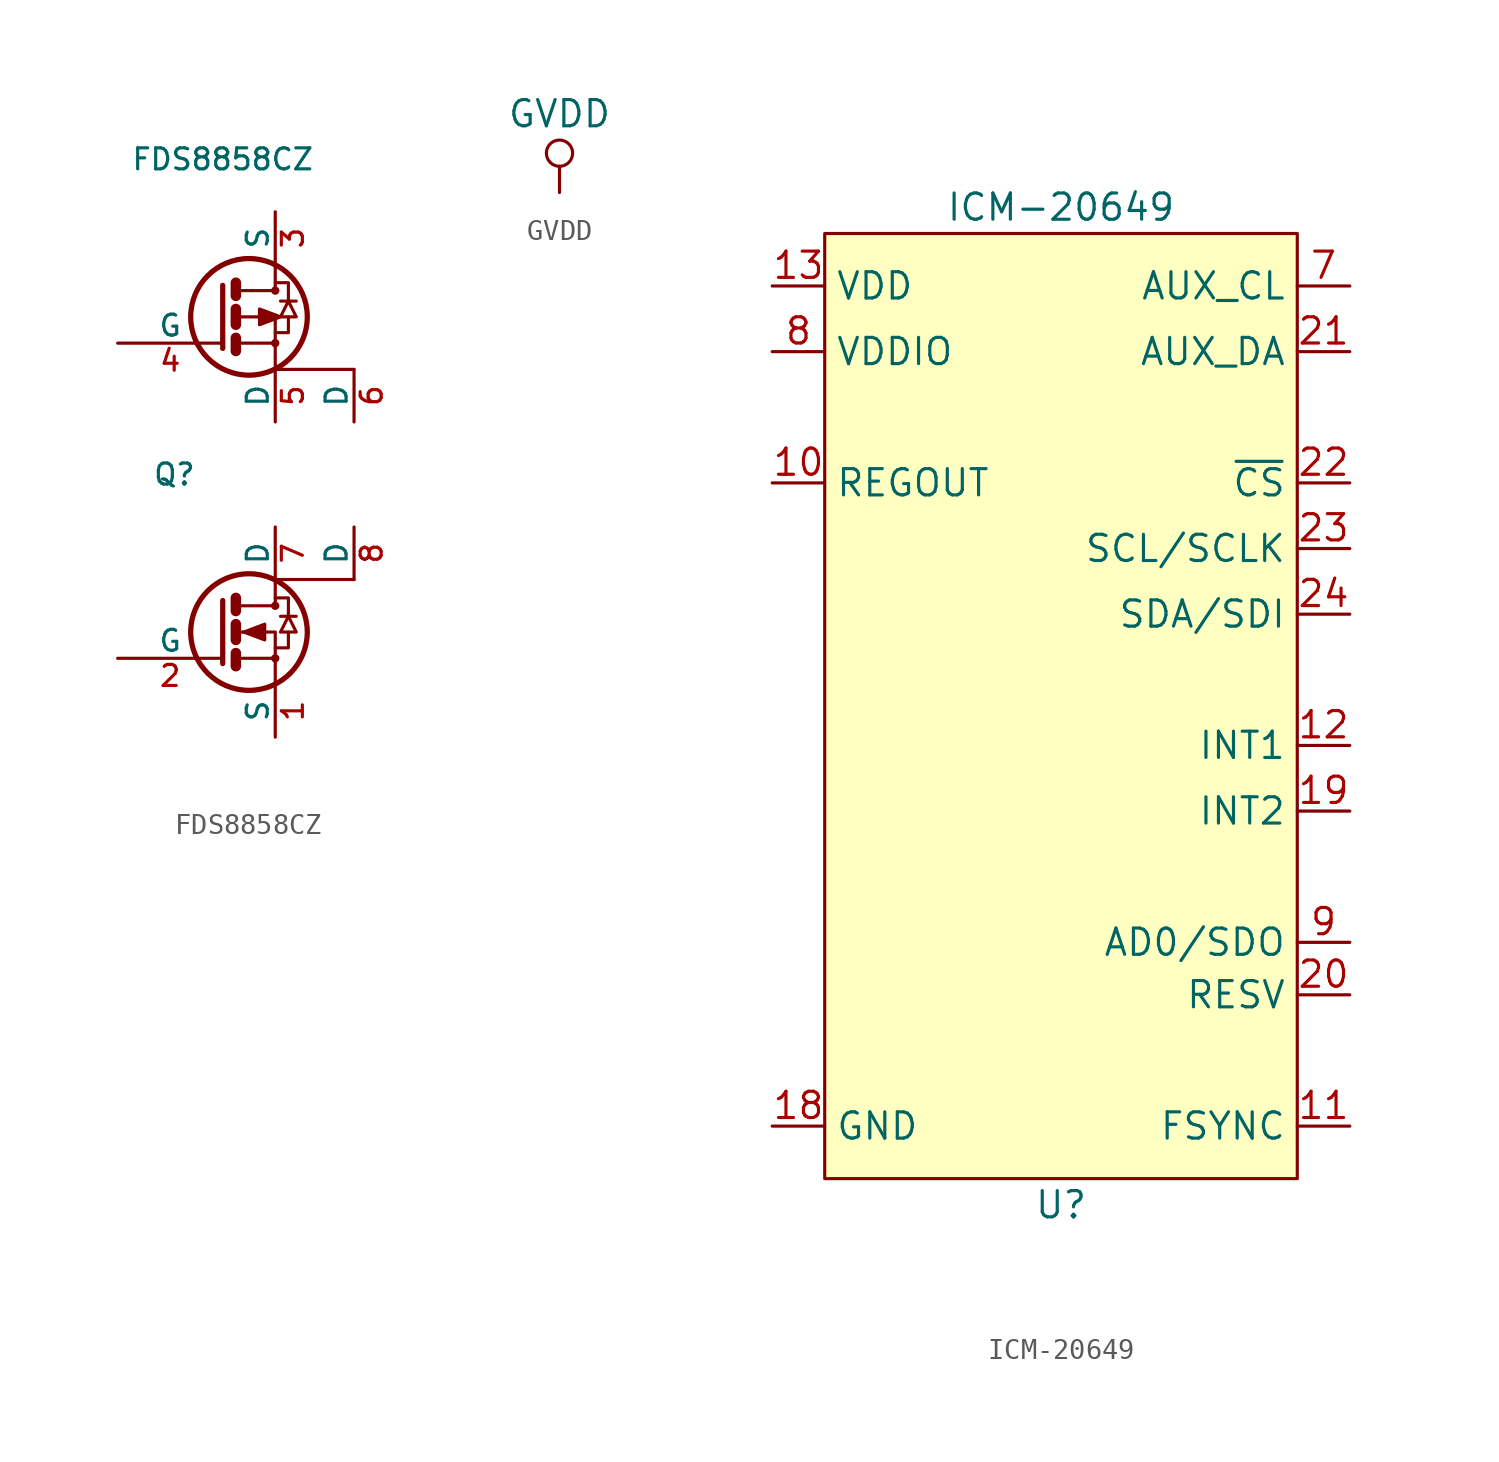
<source format=kicad_sym>
(kicad_symbol_lib
  (version 20211014)
  (generator kicad_symbol_editor)
  (symbol "FDS8858CZ"
    (pin_names
      (offset 0))
    (property "Reference" "Q"
      (at -1.27 0 0)
      (effects (font (size 1.016 1.016)) (justify right)))
    (property "Value" "FDS8858CZ"
      (at 0 15.24 0)
      (effects (font (size 1.016 1.016))))
    (property "Footprint" ""
      (at 7.62 -12.7 0)
      (effects (font (size 1.524 1.524))))
    (property "Datasheet" ""
      (at 7.62 -12.7 0)
      (effects (font (size 1.524 1.524))))
    (symbol "FDS8858CZ_0_1"
      (polyline (pts (xy 0.635 -8.636) (xy 0.635 -9.271)) (stroke (width 0.508) (type default) (color 0 0 0 0)) (fill (type none)))
      (polyline (pts (xy 0.635 -7.239) (xy 0.635 -8.001)) (stroke (width 0.508) (type default) (color 0 0 0 0)) (fill (type none)))
      (polyline (pts (xy 0.635 -5.969) (xy 0.635 -6.604)) (stroke (width 0.508) (type default) (color 0 0 0 0)) (fill (type none)))
      (polyline (pts (xy 0.635 6.604) (xy 0.635 5.969)) (stroke (width 0.508) (type default) (color 0 0 0 0)) (fill (type none)))
      (polyline (pts (xy 0.635 8.001) (xy 0.635 7.239)) (stroke (width 0.508) (type default) (color 0 0 0 0)) (fill (type none)))
      (polyline (pts (xy 0.635 9.271) (xy 0.635 8.636)) (stroke (width 0.508) (type default) (color 0 0 0 0)) (fill (type none)))
      (polyline (pts (xy 2.794 -6.858) (xy 3.556 -6.858)) (stroke (width 0) (type default) (color 0 0 0 0)) (fill (type none)))
      (polyline (pts (xy 2.794 8.382) (xy 3.556 8.382)) (stroke (width 0) (type default) (color 0 0 0 0)) (fill (type none)))
      (polyline (pts (xy 6.35 -5.08) (xy 2.54 -5.08)) (stroke (width 0) (type default) (color 0 0 0 0)) (fill (type none)))
      (polyline (pts (xy 6.35 5.08) (xy 2.54 5.08)) (stroke (width 0) (type default) (color 0 0 0 0)) (fill (type none)))
      (polyline (pts (xy 0 -6.096) (xy 0 -9.144) (xy 0 -9.144)) (stroke (width 0.254) (type default) (color 0 0 0 0)) (fill (type none)))
      (polyline (pts (xy 0 9.144) (xy 0 6.096) (xy 0 6.096)) (stroke (width 0.254) (type default) (color 0 0 0 0)) (fill (type none)))
      (polyline (pts (xy 2.54 -8.382) (xy 3.175 -8.382) (xy 3.175 -7.62)) (stroke (width 0) (type default) (color 0 0 0 0)) (fill (type none)))
      (polyline (pts (xy 2.54 6.858) (xy 3.175 6.858) (xy 3.175 7.62)) (stroke (width 0) (type default) (color 0 0 0 0)) (fill (type none)))
      (polyline (pts (xy 3.175 -6.858) (xy 3.175 -5.969) (xy 2.54 -5.969)) (stroke (width 0) (type default) (color 0 0 0 0)) (fill (type none)))
      (polyline (pts (xy 3.175 8.382) (xy 3.175 9.271) (xy 2.54 9.271)) (stroke (width 0) (type default) (color 0 0 0 0)) (fill (type none)))
      (polyline (pts (xy 0.762 -8.89) (xy 2.54 -8.89) (xy 2.54 -10.16) (xy 2.54 -10.16)) (stroke (width 0) (type default) (color 0 0 0 0)) (fill (type none)))
      (polyline (pts (xy 0.762 -6.35) (xy 2.54 -6.35) (xy 2.54 -5.08) (xy 2.54 -5.08)) (stroke (width 0) (type default) (color 0 0 0 0)) (fill (type none)))
      (polyline (pts (xy 0.762 6.35) (xy 2.54 6.35) (xy 2.54 5.08) (xy 2.54 5.08)) (stroke (width 0) (type default) (color 0 0 0 0)) (fill (type none)))
      (polyline (pts (xy 0.762 8.89) (xy 2.54 8.89) (xy 2.54 10.16) (xy 2.54 10.16)) (stroke (width 0) (type default) (color 0 0 0 0)) (fill (type none)))
      (polyline (pts (xy 3.175 -6.858) (xy 2.794 -7.62) (xy 3.556 -7.62) (xy 3.175 -6.858)) (stroke (width 0) (type default) (color 0 0 0 0)) (fill (type none)))
      (polyline (pts (xy 3.175 8.382) (xy 2.794 7.62) (xy 3.556 7.62) (xy 3.175 8.382)) (stroke (width 0) (type default) (color 0 0 0 0)) (fill (type none)))
      (polyline (pts (xy 0.762 -7.62) (xy 1.27 -7.62) (xy 2.54 -7.62) (xy 2.54 -8.89) (xy 2.54 -8.89)) (stroke (width 0) (type default) (color 0 0 0 0)) (fill (type none)))
      (polyline (pts (xy 0.762 7.62) (xy 1.27 7.62) (xy 2.54 7.62) (xy 2.54 6.35) (xy 2.54 6.35)) (stroke (width 0) (type default) (color 0 0 0 0)) (fill (type none)))
      (polyline (pts (xy 1.016 -7.62) (xy 2.032 -7.239) (xy 2.032 -8.001) (xy 1.016 -7.62) (xy 2.032 -7.62)) (stroke (width 0) (type default) (color 0 0 0 0)) (fill (type outline)))
      (polyline (pts (xy 2.794 7.62) (xy 1.778 8.001) (xy 1.778 7.239) (xy 2.794 7.62) (xy 1.778 7.62)) (stroke (width 0) (type default) (color 0 0 0 0)) (fill (type outline)))
      (circle (center 1.27 -7.62) (radius 2.819) (stroke (width 0.254) (type default) (color 0 0 0 0)) (fill (type none)))
      (circle (center 1.27 7.62) (radius 2.819) (stroke (width 0.254) (type default) (color 0 0 0 0)) (fill (type none)))
      (circle (center 2.54 -8.89) (radius 0.127) (stroke (width 0) (type default) (color 0 0 0 0)) (fill (type none)))
      (circle (center 2.54 -6.35) (radius 0.127) (stroke (width 0) (type default) (color 0 0 0 0)) (fill (type none)))
      (circle (center 2.54 6.35) (radius 0.127) (stroke (width 0) (type default) (color 0 0 0 0)) (fill (type none)))
      (circle (center 2.54 8.89) (radius 0.127) (stroke (width 0) (type default) (color 0 0 0 0)) (fill (type none))))
    (symbol "FDS8858CZ_1_1"
      (pin passive line (at 2.54 -12.7 90) (length 2.54) (name "S" (effects (font (size 1.016 1.016)))) (number "1" (effects (font (size 1.016 1.016)))))
      (pin input line (at -5.08 -8.89 0) (length 5.08) (name "G" (effects (font (size 1.016 1.016)))) (number "2" (effects (font (size 1.016 1.016)))))
      (pin passive line (at 2.54 12.7 270) (length 2.54) (name "S" (effects (font (size 1.016 1.016)))) (number "3" (effects (font (size 1.016 1.016)))))
      (pin input line (at -5.08 6.35 0) (length 5.08) (name "G" (effects (font (size 1.016 1.016)))) (number "4" (effects (font (size 1.016 1.016)))))
      (pin passive line (at 2.54 2.54 90) (length 2.54) (name "D" (effects (font (size 1.016 1.016)))) (number "5" (effects (font (size 1.016 1.016)))))
      (pin passive line (at 6.35 2.54 90) (length 2.54) (name "D" (effects (font (size 1.016 1.016)))) (number "6" (effects (font (size 1.016 1.016)))))
      (pin passive line (at 2.54 -2.54 270) (length 2.54) (name "D" (effects (font (size 1.016 1.016)))) (number "7" (effects (font (size 1.016 1.016)))))
      (pin passive line (at 6.35 -2.54 270) (length 2.54) (name "D" (effects (font (size 1.016 1.016)))) (number "8" (effects (font (size 1.016 1.016)))))))
  (symbol "GVDD"
    (power)
    (pin_names
      (offset 0))
    (property "Reference" "#PWR"
      (at 0 -3.81 0)
      (effects (font (size 1.27 1.27)) hide))
    (property "Value" "GVDD"
      (at 0 3.81 0)
      (effects (font (size 1.27 1.27))))
    (property "Footprint" ""
      (at 0 0 0)
      (effects (font (size 1.27 1.27))))
    (property "Datasheet" ""
      (at 0 0 0)
      (effects (font (size 1.27 1.27))))
    (symbol "GVDD_0_1"
      (polyline (pts (xy 0 0) (xy 0 1.27)) (stroke (width 0) (type default) (color 0 0 0 0)) (fill (type none)))
      (circle (center 0 1.905) (radius 0.635) (stroke (width 0) (type default) (color 0 0 0 0)) (fill (type none))))
    (symbol "GVDD_1_1"
      (pin power_in line (at 0 0 90) (length 0) hide (name "GVDD" (effects (font (size 1.27 1.27)))) (number "1" (effects (font (size 1.27 1.27)))))))
  (symbol "ICM-20649"
    (property "Reference" "U"
      (at 0 -24.13 0)
      (effects (font (size 1.27 1.27))))
    (property "Value" "ICM-20649"
      (at 0 24.13 0)
      (effects (font (size 1.27 1.27))))
    (symbol "ICM-20649_0_1"
      (rectangle (start -11.43 22.86) (end 11.43 -22.86) (stroke (width 0.152) (type default) (color 0 0 0 0)) (fill (type background))))
    (symbol "ICM-20649_1_1"
      (pin power_out line (at -13.97 10.795 0) (length 2.54) (name "REGOUT" (effects (font (size 1.27 1.27)))) (number "10" (effects (font (size 1.27 1.27)))))
      (pin input line (at 13.97 -20.32 180) (length 2.54) (name "FSYNC" (effects (font (size 1.27 1.27)))) (number "11" (effects (font (size 1.27 1.27)))))
      (pin output line (at 13.97 -1.905 180) (length 2.54) (name "INT1" (effects (font (size 1.27 1.27)))) (number "12" (effects (font (size 1.27 1.27)))))
      (pin power_in line (at -13.97 20.32 0) (length 2.54) (name "VDD" (effects (font (size 1.27 1.27)))) (number "13" (effects (font (size 1.27 1.27)))))
      (pin power_in line (at -13.97 -20.32 0) (length 2.54) (name "GND" (effects (font (size 1.27 1.27)))) (number "18" (effects (font (size 1.27 1.27)))))
      (pin output line (at 13.97 -5.08 180) (length 2.54) (name "INT2" (effects (font (size 1.27 1.27)))) (number "19" (effects (font (size 1.27 1.27)))))
      (pin input line (at 13.97 -13.97 180) (length 2.54) (name "RESV" (effects (font (size 1.27 1.27)))) (number "20" (effects (font (size 1.27 1.27)))))
      (pin bidirectional line (at 13.97 17.145 180) (length 2.54) (name "AUX_DA" (effects (font (size 1.27 1.27)))) (number "21" (effects (font (size 1.27 1.27)))))
      (pin input line (at 13.97 10.795 180) (length 2.54) (name "~{CS}" (effects (font (size 1.27 1.27)))) (number "22" (effects (font (size 1.27 1.27)))))
      (pin input line (at 13.97 7.62 180) (length 2.54) (name "SCL/SCLK" (effects (font (size 1.27 1.27)))) (number "23" (effects (font (size 1.27 1.27)))))
      (pin input line (at 13.97 4.445 180) (length 2.54) (name "SDA/SDI" (effects (font (size 1.27 1.27)))) (number "24" (effects (font (size 1.27 1.27)))))
      (pin bidirectional line (at 13.97 20.32 180) (length 2.54) (name "AUX_CL" (effects (font (size 1.27 1.27)))) (number "7" (effects (font (size 1.27 1.27)))))
      (pin power_in line (at -13.97 17.145 0) (length 2.54) (name "VDDIO" (effects (font (size 1.27 1.27)))) (number "8" (effects (font (size 1.27 1.27)))))
      (pin input line (at 13.97 -11.43 180) (length 2.54) (name "AD0/SDO" (effects (font (size 1.27 1.27)))) (number "9" (effects (font (size 1.27 1.27))))))))
</source>
